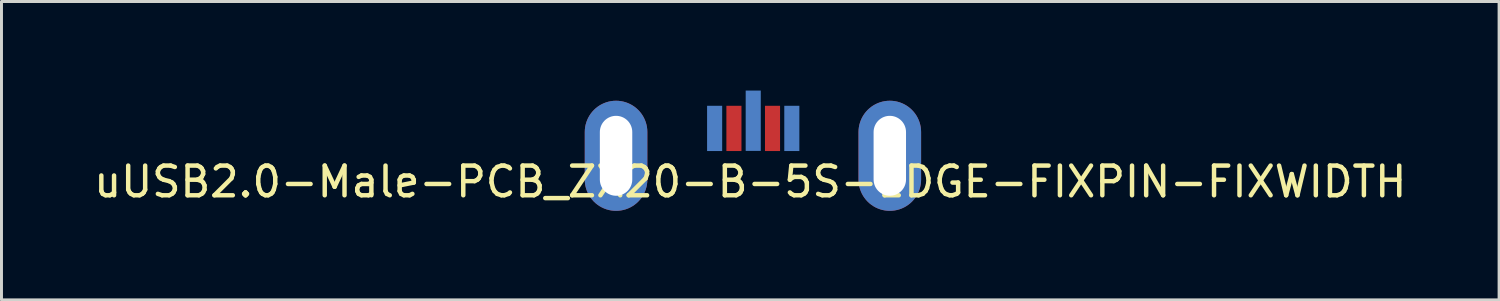
<source format=kicad_pcb>
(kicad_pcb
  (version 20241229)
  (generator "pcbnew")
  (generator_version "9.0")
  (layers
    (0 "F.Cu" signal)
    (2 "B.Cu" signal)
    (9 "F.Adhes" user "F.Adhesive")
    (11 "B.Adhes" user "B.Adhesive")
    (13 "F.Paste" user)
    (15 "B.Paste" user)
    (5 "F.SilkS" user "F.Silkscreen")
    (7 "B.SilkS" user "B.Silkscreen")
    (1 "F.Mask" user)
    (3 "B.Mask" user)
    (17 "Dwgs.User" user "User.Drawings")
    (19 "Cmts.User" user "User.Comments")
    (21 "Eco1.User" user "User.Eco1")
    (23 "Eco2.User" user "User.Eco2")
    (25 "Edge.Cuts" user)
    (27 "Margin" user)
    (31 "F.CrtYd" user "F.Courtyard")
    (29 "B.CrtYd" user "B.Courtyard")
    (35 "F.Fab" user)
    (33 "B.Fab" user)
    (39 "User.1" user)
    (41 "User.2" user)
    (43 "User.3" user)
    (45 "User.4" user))
  (footprint "uUSB2.0-Male-PCB_ZX20-B-5S-EDGE-FIXPIN-FIXWIDTH"
    (layer "F.Cu")
    (at 22.319 1.486)
    (property "Reference" "uUSB2.0-Male-PCB_ZX20-B-5S-EDGE-FIXPIN-FIXWIDTH" (at -0.099 1.586 0) (layer "F.SilkS") (effects (font (size 1 1) (thickness 0.15))))
    (attr through_hole)
    (pad "1" connect rect (at 1.3 -0.211) (size 0.508 1.524) (layers "B.Cu" "B.Mask"))
    (pad "2" connect rect (at 0.65 -0.211) (size 0.508 1.524) (layers "F.Cu" "F.Mask"))
    (pad "3" connect rect (at 0 -0.47) (size 0.508 2.032) (layers "B.Cu" "B.Mask"))
    (pad "4" connect rect (at -0.65 -0.211) (size 0.508 1.524) (layers "F.Cu" "F.Mask"))
    (pad "5" connect rect (at -1.3 -0.211) (size 0.508 1.524) (layers "B.Cu" "B.Mask"))
    (pad "6" thru_hole oval (at -4.62 0.711) (size 2.108 3.708) (drill oval 1.092 2.692) (layers "*.Cu" "*.Mask"))
    (pad "6" thru_hole oval (at 4.6 0.711) (size 2.108 3.708) (drill oval 1.092 2.692) (layers "*.Cu" "*.Mask")))
  (gr_rect
    (start -3 -3)
    (end 47.44 7.051)
    (stroke (width 0.1) (type default))
    (fill no)
    (layer "Edge.Cuts")))
</source>
